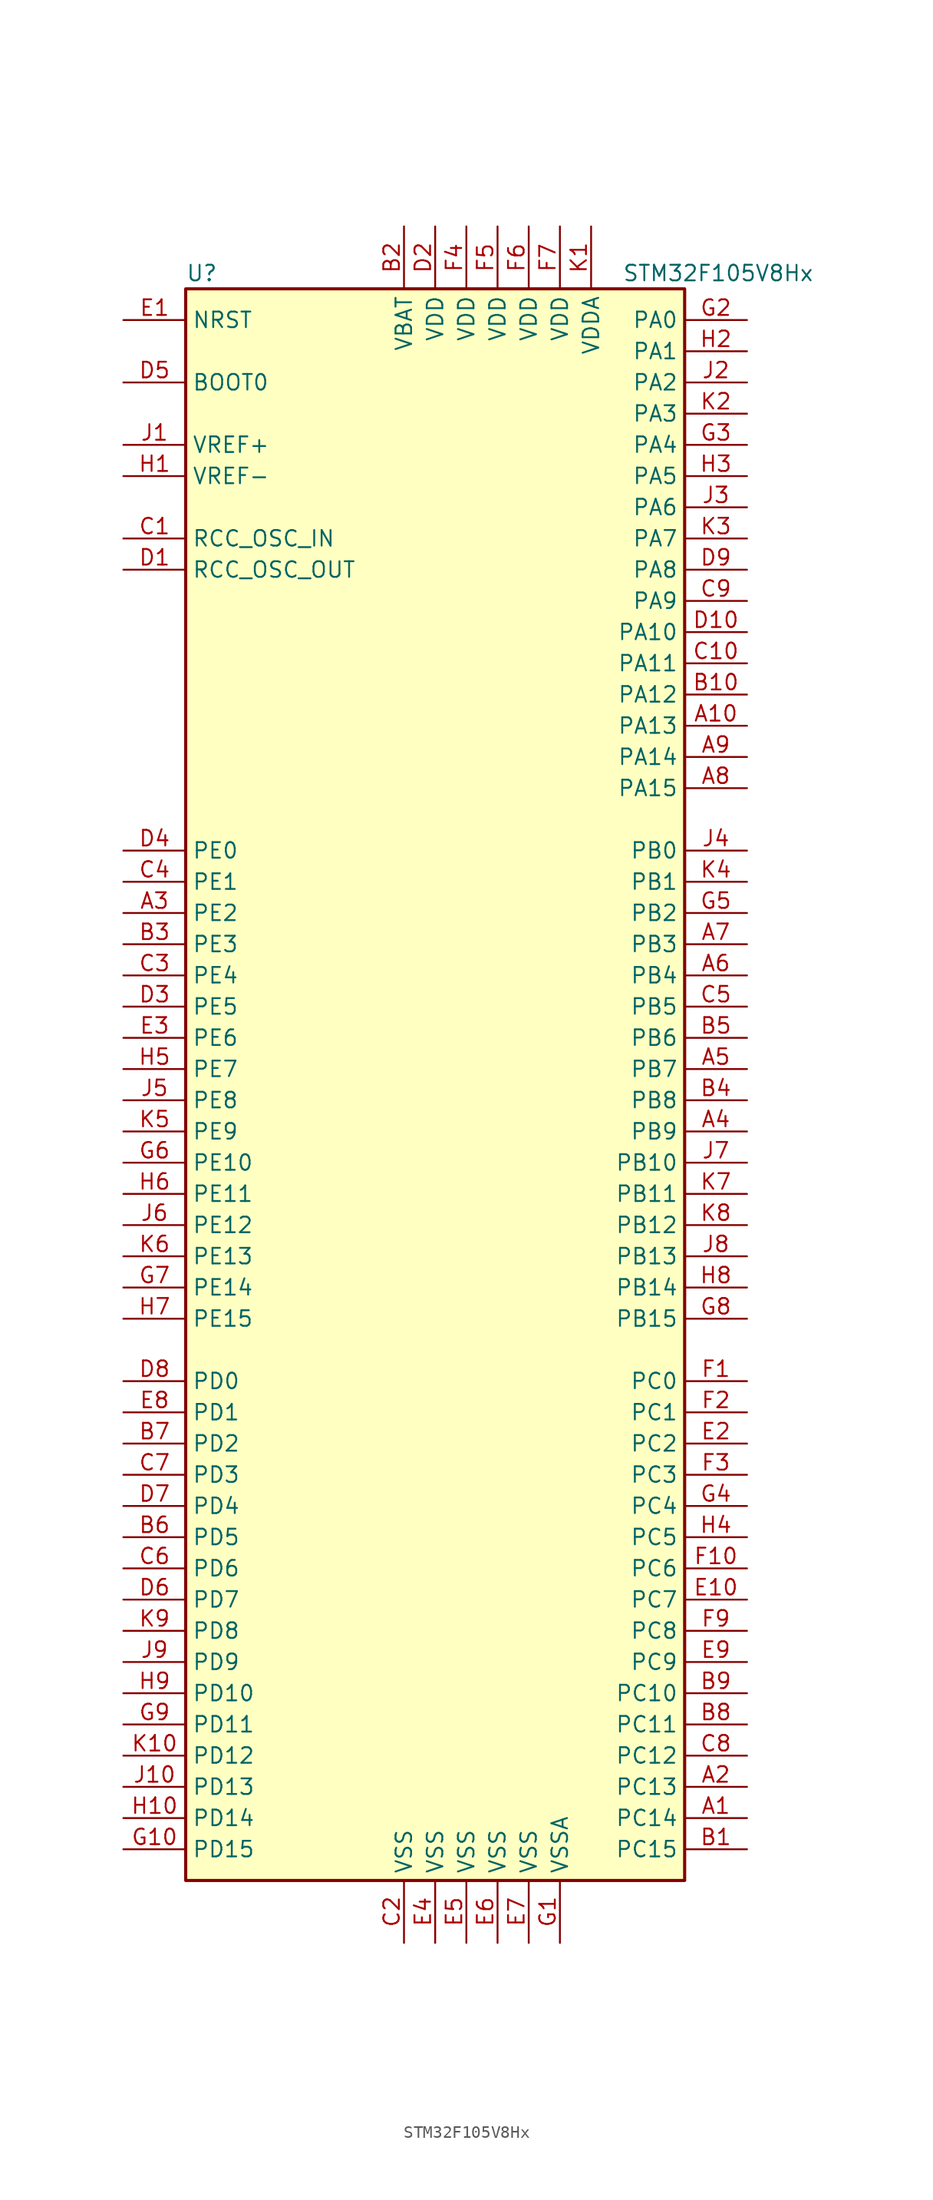
<source format=kicad_sym>
(kicad_symbol_lib
  (version 20200908)
  (generator kicad_symbol_editor)
  (symbol "MCU_ST_STM32F1:STM32F105V8Hx"
    (property "Reference" "U"
      (at -20.32 64.77 0)
      (effects (font (size 1.27 1.27)) (justify left)))
    (property "Value" "STM32F105V8Hx"
      (at 15.24 64.77 0)
      (effects (font (size 1.27 1.27)) (justify left)))
    (symbol "STM32F105V8Hx_0_1"
      (rectangle (start -20.32 -66.04) (end 20.32 63.5) (stroke (width 0.254)) (fill (type background))))
    (symbol "STM32F105V8Hx_1_1"
      (pin input line (at -25.4 55.88 0) (length 5.08) (name "BOOT0" (effects (font (size 1.27 1.27)))) (number "D5" (effects (font (size 1.27 1.27)))))
      (pin unconnected line (at -20.32 -63.5 0) (length 5.08) hide (name "NC" (effects (font (size 1.27 1.27)))) (number "F8" (effects (font (size 1.27 1.27)))))
      (pin input line (at -25.4 60.96 0) (length 5.08) (name "NRST" (effects (font (size 1.27 1.27)))) (number "E1" (effects (font (size 1.27 1.27)))))
      (pin bidirectional line (at 25.4 60.96 180) (length 5.08) (name "PA0" (effects (font (size 1.27 1.27)))) (number "G2" (effects (font (size 1.27 1.27)))))
      (pin bidirectional line (at 25.4 58.42 180) (length 5.08) (name "PA1" (effects (font (size 1.27 1.27)))) (number "H2" (effects (font (size 1.27 1.27)))))
      (pin bidirectional line (at 25.4 35.56 180) (length 5.08) (name "PA10" (effects (font (size 1.27 1.27)))) (number "D10" (effects (font (size 1.27 1.27)))))
      (pin bidirectional line (at 25.4 33.02 180) (length 5.08) (name "PA11" (effects (font (size 1.27 1.27)))) (number "C10" (effects (font (size 1.27 1.27)))))
      (pin bidirectional line (at 25.4 30.48 180) (length 5.08) (name "PA12" (effects (font (size 1.27 1.27)))) (number "B10" (effects (font (size 1.27 1.27)))))
      (pin bidirectional line (at 25.4 27.94 180) (length 5.08) (name "PA13" (effects (font (size 1.27 1.27)))) (number "A10" (effects (font (size 1.27 1.27)))))
      (pin bidirectional line (at 25.4 25.4 180) (length 5.08) (name "PA14" (effects (font (size 1.27 1.27)))) (number "A9" (effects (font (size 1.27 1.27)))))
      (pin bidirectional line (at 25.4 22.86 180) (length 5.08) (name "PA15" (effects (font (size 1.27 1.27)))) (number "A8" (effects (font (size 1.27 1.27)))))
      (pin bidirectional line (at 25.4 55.88 180) (length 5.08) (name "PA2" (effects (font (size 1.27 1.27)))) (number "J2" (effects (font (size 1.27 1.27)))))
      (pin bidirectional line (at 25.4 53.34 180) (length 5.08) (name "PA3" (effects (font (size 1.27 1.27)))) (number "K2" (effects (font (size 1.27 1.27)))))
      (pin bidirectional line (at 25.4 50.8 180) (length 5.08) (name "PA4" (effects (font (size 1.27 1.27)))) (number "G3" (effects (font (size 1.27 1.27)))))
      (pin bidirectional line (at 25.4 48.26 180) (length 5.08) (name "PA5" (effects (font (size 1.27 1.27)))) (number "H3" (effects (font (size 1.27 1.27)))))
      (pin bidirectional line (at 25.4 45.72 180) (length 5.08) (name "PA6" (effects (font (size 1.27 1.27)))) (number "J3" (effects (font (size 1.27 1.27)))))
      (pin bidirectional line (at 25.4 43.18 180) (length 5.08) (name "PA7" (effects (font (size 1.27 1.27)))) (number "K3" (effects (font (size 1.27 1.27)))))
      (pin bidirectional line (at 25.4 40.64 180) (length 5.08) (name "PA8" (effects (font (size 1.27 1.27)))) (number "D9" (effects (font (size 1.27 1.27)))))
      (pin bidirectional line (at 25.4 38.1 180) (length 5.08) (name "PA9" (effects (font (size 1.27 1.27)))) (number "C9" (effects (font (size 1.27 1.27)))))
      (pin bidirectional line (at 25.4 17.78 180) (length 5.08) (name "PB0" (effects (font (size 1.27 1.27)))) (number "J4" (effects (font (size 1.27 1.27)))))
      (pin bidirectional line (at 25.4 15.24 180) (length 5.08) (name "PB1" (effects (font (size 1.27 1.27)))) (number "K4" (effects (font (size 1.27 1.27)))))
      (pin bidirectional line (at 25.4 -7.62 180) (length 5.08) (name "PB10" (effects (font (size 1.27 1.27)))) (number "J7" (effects (font (size 1.27 1.27)))))
      (pin bidirectional line (at 25.4 -10.16 180) (length 5.08) (name "PB11" (effects (font (size 1.27 1.27)))) (number "K7" (effects (font (size 1.27 1.27)))))
      (pin bidirectional line (at 25.4 -12.7 180) (length 5.08) (name "PB12" (effects (font (size 1.27 1.27)))) (number "K8" (effects (font (size 1.27 1.27)))))
      (pin bidirectional line (at 25.4 -15.24 180) (length 5.08) (name "PB13" (effects (font (size 1.27 1.27)))) (number "J8" (effects (font (size 1.27 1.27)))))
      (pin bidirectional line (at 25.4 -17.78 180) (length 5.08) (name "PB14" (effects (font (size 1.27 1.27)))) (number "H8" (effects (font (size 1.27 1.27)))))
      (pin bidirectional line (at 25.4 -20.32 180) (length 5.08) (name "PB15" (effects (font (size 1.27 1.27)))) (number "G8" (effects (font (size 1.27 1.27)))))
      (pin bidirectional line (at 25.4 12.7 180) (length 5.08) (name "PB2" (effects (font (size 1.27 1.27)))) (number "G5" (effects (font (size 1.27 1.27)))))
      (pin bidirectional line (at 25.4 10.16 180) (length 5.08) (name "PB3" (effects (font (size 1.27 1.27)))) (number "A7" (effects (font (size 1.27 1.27)))))
      (pin bidirectional line (at 25.4 7.62 180) (length 5.08) (name "PB4" (effects (font (size 1.27 1.27)))) (number "A6" (effects (font (size 1.27 1.27)))))
      (pin bidirectional line (at 25.4 5.08 180) (length 5.08) (name "PB5" (effects (font (size 1.27 1.27)))) (number "C5" (effects (font (size 1.27 1.27)))))
      (pin bidirectional line (at 25.4 2.54 180) (length 5.08) (name "PB6" (effects (font (size 1.27 1.27)))) (number "B5" (effects (font (size 1.27 1.27)))))
      (pin bidirectional line (at 25.4 0 180) (length 5.08) (name "PB7" (effects (font (size 1.27 1.27)))) (number "A5" (effects (font (size 1.27 1.27)))))
      (pin bidirectional line (at 25.4 -2.54 180) (length 5.08) (name "PB8" (effects (font (size 1.27 1.27)))) (number "B4" (effects (font (size 1.27 1.27)))))
      (pin bidirectional line (at 25.4 -5.08 180) (length 5.08) (name "PB9" (effects (font (size 1.27 1.27)))) (number "A4" (effects (font (size 1.27 1.27)))))
      (pin bidirectional line (at 25.4 -25.4 180) (length 5.08) (name "PC0" (effects (font (size 1.27 1.27)))) (number "F1" (effects (font (size 1.27 1.27)))))
      (pin bidirectional line (at 25.4 -27.94 180) (length 5.08) (name "PC1" (effects (font (size 1.27 1.27)))) (number "F2" (effects (font (size 1.27 1.27)))))
      (pin bidirectional line (at 25.4 -50.8 180) (length 5.08) (name "PC10" (effects (font (size 1.27 1.27)))) (number "B9" (effects (font (size 1.27 1.27)))))
      (pin bidirectional line (at 25.4 -53.34 180) (length 5.08) (name "PC11" (effects (font (size 1.27 1.27)))) (number "B8" (effects (font (size 1.27 1.27)))))
      (pin bidirectional line (at 25.4 -55.88 180) (length 5.08) (name "PC12" (effects (font (size 1.27 1.27)))) (number "C8" (effects (font (size 1.27 1.27)))))
      (pin bidirectional line (at 25.4 -58.42 180) (length 5.08) (name "PC13" (effects (font (size 1.27 1.27)))) (number "A2" (effects (font (size 1.27 1.27)))))
      (pin bidirectional line (at 25.4 -60.96 180) (length 5.08) (name "PC14" (effects (font (size 1.27 1.27)))) (number "A1" (effects (font (size 1.27 1.27)))))
      (pin bidirectional line (at 25.4 -63.5 180) (length 5.08) (name "PC15" (effects (font (size 1.27 1.27)))) (number "B1" (effects (font (size 1.27 1.27)))))
      (pin bidirectional line (at 25.4 -30.48 180) (length 5.08) (name "PC2" (effects (font (size 1.27 1.27)))) (number "E2" (effects (font (size 1.27 1.27)))))
      (pin bidirectional line (at 25.4 -33.02 180) (length 5.08) (name "PC3" (effects (font (size 1.27 1.27)))) (number "F3" (effects (font (size 1.27 1.27)))))
      (pin bidirectional line (at 25.4 -35.56 180) (length 5.08) (name "PC4" (effects (font (size 1.27 1.27)))) (number "G4" (effects (font (size 1.27 1.27)))))
      (pin bidirectional line (at 25.4 -38.1 180) (length 5.08) (name "PC5" (effects (font (size 1.27 1.27)))) (number "H4" (effects (font (size 1.27 1.27)))))
      (pin bidirectional line (at 25.4 -40.64 180) (length 5.08) (name "PC6" (effects (font (size 1.27 1.27)))) (number "F10" (effects (font (size 1.27 1.27)))))
      (pin bidirectional line (at 25.4 -43.18 180) (length 5.08) (name "PC7" (effects (font (size 1.27 1.27)))) (number "E10" (effects (font (size 1.27 1.27)))))
      (pin bidirectional line (at 25.4 -45.72 180) (length 5.08) (name "PC8" (effects (font (size 1.27 1.27)))) (number "F9" (effects (font (size 1.27 1.27)))))
      (pin bidirectional line (at 25.4 -48.26 180) (length 5.08) (name "PC9" (effects (font (size 1.27 1.27)))) (number "E9" (effects (font (size 1.27 1.27)))))
      (pin bidirectional line (at -25.4 -25.4 0) (length 5.08) (name "PD0" (effects (font (size 1.27 1.27)))) (number "D8" (effects (font (size 1.27 1.27)))))
      (pin bidirectional line (at -25.4 -27.94 0) (length 5.08) (name "PD1" (effects (font (size 1.27 1.27)))) (number "E8" (effects (font (size 1.27 1.27)))))
      (pin bidirectional line (at -25.4 -50.8 0) (length 5.08) (name "PD10" (effects (font (size 1.27 1.27)))) (number "H9" (effects (font (size 1.27 1.27)))))
      (pin bidirectional line (at -25.4 -53.34 0) (length 5.08) (name "PD11" (effects (font (size 1.27 1.27)))) (number "G9" (effects (font (size 1.27 1.27)))))
      (pin bidirectional line (at -25.4 -55.88 0) (length 5.08) (name "PD12" (effects (font (size 1.27 1.27)))) (number "K10" (effects (font (size 1.27 1.27)))))
      (pin bidirectional line (at -25.4 -58.42 0) (length 5.08) (name "PD13" (effects (font (size 1.27 1.27)))) (number "J10" (effects (font (size 1.27 1.27)))))
      (pin bidirectional line (at -25.4 -60.96 0) (length 5.08) (name "PD14" (effects (font (size 1.27 1.27)))) (number "H10" (effects (font (size 1.27 1.27)))))
      (pin bidirectional line (at -25.4 -63.5 0) (length 5.08) (name "PD15" (effects (font (size 1.27 1.27)))) (number "G10" (effects (font (size 1.27 1.27)))))
      (pin bidirectional line (at -25.4 -30.48 0) (length 5.08) (name "PD2" (effects (font (size 1.27 1.27)))) (number "B7" (effects (font (size 1.27 1.27)))))
      (pin bidirectional line (at -25.4 -33.02 0) (length 5.08) (name "PD3" (effects (font (size 1.27 1.27)))) (number "C7" (effects (font (size 1.27 1.27)))))
      (pin bidirectional line (at -25.4 -35.56 0) (length 5.08) (name "PD4" (effects (font (size 1.27 1.27)))) (number "D7" (effects (font (size 1.27 1.27)))))
      (pin bidirectional line (at -25.4 -38.1 0) (length 5.08) (name "PD5" (effects (font (size 1.27 1.27)))) (number "B6" (effects (font (size 1.27 1.27)))))
      (pin bidirectional line (at -25.4 -40.64 0) (length 5.08) (name "PD6" (effects (font (size 1.27 1.27)))) (number "C6" (effects (font (size 1.27 1.27)))))
      (pin bidirectional line (at -25.4 -43.18 0) (length 5.08) (name "PD7" (effects (font (size 1.27 1.27)))) (number "D6" (effects (font (size 1.27 1.27)))))
      (pin bidirectional line (at -25.4 -45.72 0) (length 5.08) (name "PD8" (effects (font (size 1.27 1.27)))) (number "K9" (effects (font (size 1.27 1.27)))))
      (pin bidirectional line (at -25.4 -48.26 0) (length 5.08) (name "PD9" (effects (font (size 1.27 1.27)))) (number "J9" (effects (font (size 1.27 1.27)))))
      (pin bidirectional line (at -25.4 17.78 0) (length 5.08) (name "PE0" (effects (font (size 1.27 1.27)))) (number "D4" (effects (font (size 1.27 1.27)))))
      (pin bidirectional line (at -25.4 15.24 0) (length 5.08) (name "PE1" (effects (font (size 1.27 1.27)))) (number "C4" (effects (font (size 1.27 1.27)))))
      (pin bidirectional line (at -25.4 -7.62 0) (length 5.08) (name "PE10" (effects (font (size 1.27 1.27)))) (number "G6" (effects (font (size 1.27 1.27)))))
      (pin bidirectional line (at -25.4 -10.16 0) (length 5.08) (name "PE11" (effects (font (size 1.27 1.27)))) (number "H6" (effects (font (size 1.27 1.27)))))
      (pin bidirectional line (at -25.4 -12.7 0) (length 5.08) (name "PE12" (effects (font (size 1.27 1.27)))) (number "J6" (effects (font (size 1.27 1.27)))))
      (pin bidirectional line (at -25.4 -15.24 0) (length 5.08) (name "PE13" (effects (font (size 1.27 1.27)))) (number "K6" (effects (font (size 1.27 1.27)))))
      (pin bidirectional line (at -25.4 -17.78 0) (length 5.08) (name "PE14" (effects (font (size 1.27 1.27)))) (number "G7" (effects (font (size 1.27 1.27)))))
      (pin bidirectional line (at -25.4 -20.32 0) (length 5.08) (name "PE15" (effects (font (size 1.27 1.27)))) (number "H7" (effects (font (size 1.27 1.27)))))
      (pin bidirectional line (at -25.4 12.7 0) (length 5.08) (name "PE2" (effects (font (size 1.27 1.27)))) (number "A3" (effects (font (size 1.27 1.27)))))
      (pin bidirectional line (at -25.4 10.16 0) (length 5.08) (name "PE3" (effects (font (size 1.27 1.27)))) (number "B3" (effects (font (size 1.27 1.27)))))
      (pin bidirectional line (at -25.4 7.62 0) (length 5.08) (name "PE4" (effects (font (size 1.27 1.27)))) (number "C3" (effects (font (size 1.27 1.27)))))
      (pin bidirectional line (at -25.4 5.08 0) (length 5.08) (name "PE5" (effects (font (size 1.27 1.27)))) (number "D3" (effects (font (size 1.27 1.27)))))
      (pin bidirectional line (at -25.4 2.54 0) (length 5.08) (name "PE6" (effects (font (size 1.27 1.27)))) (number "E3" (effects (font (size 1.27 1.27)))))
      (pin bidirectional line (at -25.4 0 0) (length 5.08) (name "PE7" (effects (font (size 1.27 1.27)))) (number "H5" (effects (font (size 1.27 1.27)))))
      (pin bidirectional line (at -25.4 -2.54 0) (length 5.08) (name "PE8" (effects (font (size 1.27 1.27)))) (number "J5" (effects (font (size 1.27 1.27)))))
      (pin bidirectional line (at -25.4 -5.08 0) (length 5.08) (name "PE9" (effects (font (size 1.27 1.27)))) (number "K5" (effects (font (size 1.27 1.27)))))
      (pin input line (at -25.4 43.18 0) (length 5.08) (name "RCC_OSC_IN" (effects (font (size 1.27 1.27)))) (number "C1" (effects (font (size 1.27 1.27)))))
      (pin input line (at -25.4 40.64 0) (length 5.08) (name "RCC_OSC_OUT" (effects (font (size 1.27 1.27)))) (number "D1" (effects (font (size 1.27 1.27)))))
      (pin power_in line (at -2.54 68.58 270) (length 5.08) (name "VBAT" (effects (font (size 1.27 1.27)))) (number "B2" (effects (font (size 1.27 1.27)))))
      (pin power_in line (at 0 68.58 270) (length 5.08) (name "VDD" (effects (font (size 1.27 1.27)))) (number "D2" (effects (font (size 1.27 1.27)))))
      (pin power_in line (at 2.54 68.58 270) (length 5.08) (name "VDD" (effects (font (size 1.27 1.27)))) (number "F4" (effects (font (size 1.27 1.27)))))
      (pin power_in line (at 5.08 68.58 270) (length 5.08) (name "VDD" (effects (font (size 1.27 1.27)))) (number "F5" (effects (font (size 1.27 1.27)))))
      (pin power_in line (at 7.62 68.58 270) (length 5.08) (name "VDD" (effects (font (size 1.27 1.27)))) (number "F6" (effects (font (size 1.27 1.27)))))
      (pin power_in line (at 10.16 68.58 270) (length 5.08) (name "VDD" (effects (font (size 1.27 1.27)))) (number "F7" (effects (font (size 1.27 1.27)))))
      (pin power_in line (at 12.7 68.58 270) (length 5.08) (name "VDDA" (effects (font (size 1.27 1.27)))) (number "K1" (effects (font (size 1.27 1.27)))))
      (pin power_in line (at -25.4 50.8 0) (length 5.08) (name "VREF+" (effects (font (size 1.27 1.27)))) (number "J1" (effects (font (size 1.27 1.27)))))
      (pin power_in line (at -25.4 48.26 0) (length 5.08) (name "VREF-" (effects (font (size 1.27 1.27)))) (number "H1" (effects (font (size 1.27 1.27)))))
      (pin power_in line (at -2.54 -71.12 90) (length 5.08) (name "VSS" (effects (font (size 1.27 1.27)))) (number "C2" (effects (font (size 1.27 1.27)))))
      (pin power_in line (at 0 -71.12 90) (length 5.08) (name "VSS" (effects (font (size 1.27 1.27)))) (number "E4" (effects (font (size 1.27 1.27)))))
      (pin power_in line (at 2.54 -71.12 90) (length 5.08) (name "VSS" (effects (font (size 1.27 1.27)))) (number "E5" (effects (font (size 1.27 1.27)))))
      (pin power_in line (at 5.08 -71.12 90) (length 5.08) (name "VSS" (effects (font (size 1.27 1.27)))) (number "E6" (effects (font (size 1.27 1.27)))))
      (pin power_in line (at 7.62 -71.12 90) (length 5.08) (name "VSS" (effects (font (size 1.27 1.27)))) (number "E7" (effects (font (size 1.27 1.27)))))
      (pin power_in line (at 10.16 -71.12 90) (length 5.08) (name "VSSA" (effects (font (size 1.27 1.27)))) (number "G1" (effects (font (size 1.27 1.27))))))))
</source>
